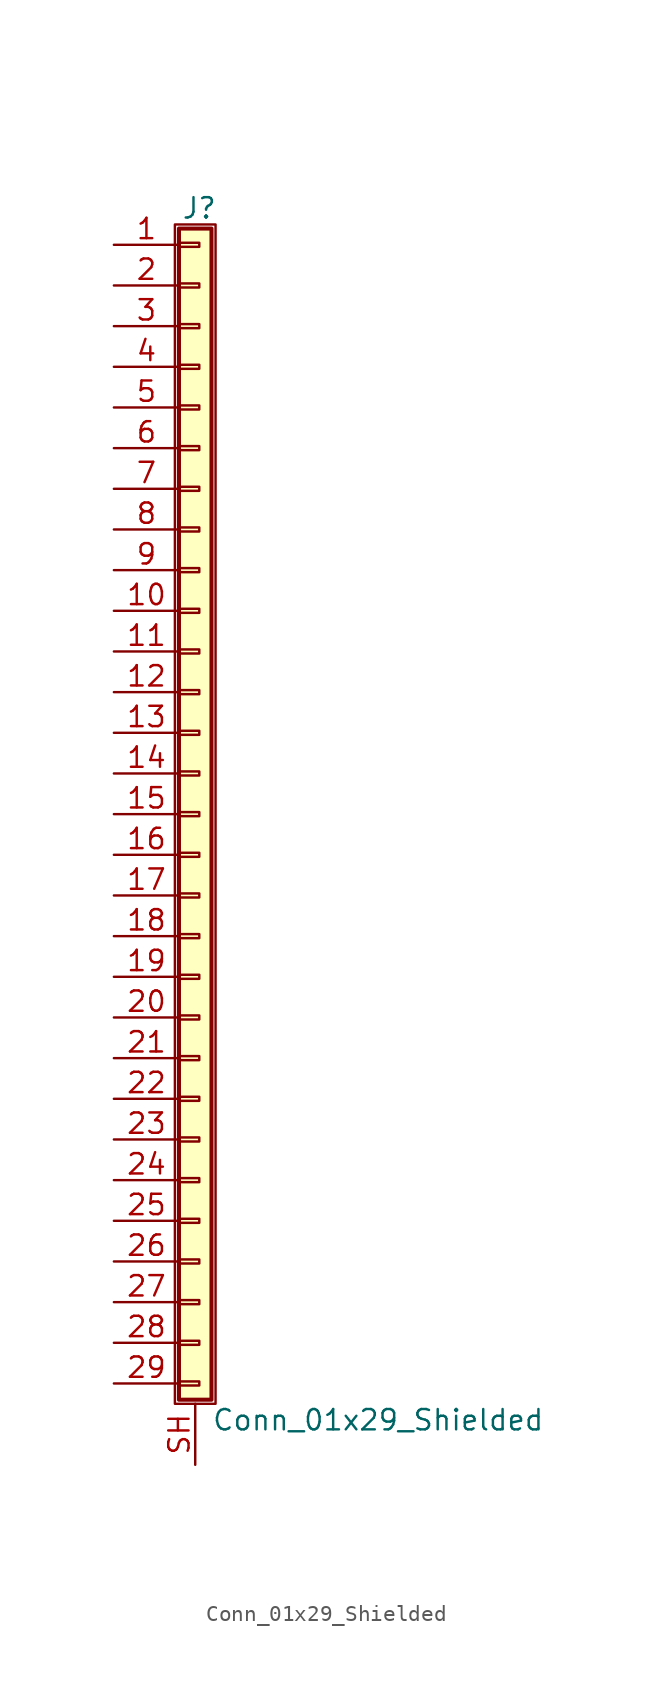
<source format=kicad_sym>
(kicad_symbol_lib
  (version 20211014)
  (generator kicad_symbol_editor)
  (symbol "Conn_01x29_Shielded"
    (pin_names
      (offset 1.016) hide)
    (property "Reference" "J"
      (at 0.254 37.846 0)
      (effects (font (size 1.27 1.27))))
    (property "Value" "Conn_01x29_Shielded"
      (at 1.016 -37.846 0)
      (effects (font (size 1.27 1.27)) (justify left)))
    (symbol "Conn_01x29_Shielded_1_1"
      (rectangle (start -1.27 36.83) (end 1.27 -36.83) (stroke (width 0.152) (type default) (color 0 0 0 0)) (fill (type none)))
      (rectangle (start -1.016 -35.433) (end 0.254 -35.687) (stroke (width 0.152) (type default) (color 0 0 0 0)) (fill (type none)))
      (rectangle (start -1.016 -32.893) (end 0.254 -33.147) (stroke (width 0.152) (type default) (color 0 0 0 0)) (fill (type none)))
      (rectangle (start -1.016 -30.353) (end 0.254 -30.607) (stroke (width 0.152) (type default) (color 0 0 0 0)) (fill (type none)))
      (rectangle (start -1.016 -27.813) (end 0.254 -28.067) (stroke (width 0.152) (type default) (color 0 0 0 0)) (fill (type none)))
      (rectangle (start -1.016 -25.273) (end 0.254 -25.527) (stroke (width 0.152) (type default) (color 0 0 0 0)) (fill (type none)))
      (rectangle (start -1.016 -22.733) (end 0.254 -22.987) (stroke (width 0.152) (type default) (color 0 0 0 0)) (fill (type none)))
      (rectangle (start -1.016 -20.193) (end 0.254 -20.447) (stroke (width 0.152) (type default) (color 0 0 0 0)) (fill (type none)))
      (rectangle (start -1.016 -17.653) (end 0.254 -17.907) (stroke (width 0.152) (type default) (color 0 0 0 0)) (fill (type none)))
      (rectangle (start -1.016 -15.113) (end 0.254 -15.367) (stroke (width 0.152) (type default) (color 0 0 0 0)) (fill (type none)))
      (rectangle (start -1.016 -12.573) (end 0.254 -12.827) (stroke (width 0.152) (type default) (color 0 0 0 0)) (fill (type none)))
      (rectangle (start -1.016 -10.033) (end 0.254 -10.287) (stroke (width 0.152) (type default) (color 0 0 0 0)) (fill (type none)))
      (rectangle (start -1.016 -7.493) (end 0.254 -7.747) (stroke (width 0.152) (type default) (color 0 0 0 0)) (fill (type none)))
      (rectangle (start -1.016 -4.953) (end 0.254 -5.207) (stroke (width 0.152) (type default) (color 0 0 0 0)) (fill (type none)))
      (rectangle (start -1.016 -2.413) (end 0.254 -2.667) (stroke (width 0.152) (type default) (color 0 0 0 0)) (fill (type none)))
      (rectangle (start -1.016 0.127) (end 0.254 -0.127) (stroke (width 0.152) (type default) (color 0 0 0 0)) (fill (type none)))
      (rectangle (start -1.016 2.667) (end 0.254 2.413) (stroke (width 0.152) (type default) (color 0 0 0 0)) (fill (type none)))
      (rectangle (start -1.016 5.207) (end 0.254 4.953) (stroke (width 0.152) (type default) (color 0 0 0 0)) (fill (type none)))
      (rectangle (start -1.016 7.747) (end 0.254 7.493) (stroke (width 0.152) (type default) (color 0 0 0 0)) (fill (type none)))
      (rectangle (start -1.016 10.287) (end 0.254 10.033) (stroke (width 0.152) (type default) (color 0 0 0 0)) (fill (type none)))
      (rectangle (start -1.016 12.827) (end 0.254 12.573) (stroke (width 0.152) (type default) (color 0 0 0 0)) (fill (type none)))
      (rectangle (start -1.016 15.367) (end 0.254 15.113) (stroke (width 0.152) (type default) (color 0 0 0 0)) (fill (type none)))
      (rectangle (start -1.016 17.907) (end 0.254 17.653) (stroke (width 0.152) (type default) (color 0 0 0 0)) (fill (type none)))
      (rectangle (start -1.016 20.447) (end 0.254 20.193) (stroke (width 0.152) (type default) (color 0 0 0 0)) (fill (type none)))
      (rectangle (start -1.016 22.987) (end 0.254 22.733) (stroke (width 0.152) (type default) (color 0 0 0 0)) (fill (type none)))
      (rectangle (start -1.016 25.527) (end 0.254 25.273) (stroke (width 0.152) (type default) (color 0 0 0 0)) (fill (type none)))
      (rectangle (start -1.016 28.067) (end 0.254 27.813) (stroke (width 0.152) (type default) (color 0 0 0 0)) (fill (type none)))
      (rectangle (start -1.016 30.607) (end 0.254 30.353) (stroke (width 0.152) (type default) (color 0 0 0 0)) (fill (type none)))
      (rectangle (start -1.016 33.147) (end 0.254 32.893) (stroke (width 0.152) (type default) (color 0 0 0 0)) (fill (type none)))
      (rectangle (start -1.016 35.687) (end 0.254 35.433) (stroke (width 0.152) (type default) (color 0 0 0 0)) (fill (type none)))
      (rectangle (start -1.016 36.576) (end 1.016 -36.576) (stroke (width 0.254) (type default) (color 0 0 0 0)) (fill (type background)))
      (pin passive line (at -5.08 35.56 0) (length 4.064) (name "Pin_1" (effects (font (size 1.27 1.27)))) (number "1" (effects (font (size 1.27 1.27)))))
      (pin passive line (at -5.08 12.7 0) (length 4.064) (name "Pin_10" (effects (font (size 1.27 1.27)))) (number "10" (effects (font (size 1.27 1.27)))))
      (pin passive line (at -5.08 10.16 0) (length 4.064) (name "Pin_11" (effects (font (size 1.27 1.27)))) (number "11" (effects (font (size 1.27 1.27)))))
      (pin passive line (at -5.08 7.62 0) (length 4.064) (name "Pin_12" (effects (font (size 1.27 1.27)))) (number "12" (effects (font (size 1.27 1.27)))))
      (pin passive line (at -5.08 5.08 0) (length 4.064) (name "Pin_13" (effects (font (size 1.27 1.27)))) (number "13" (effects (font (size 1.27 1.27)))))
      (pin passive line (at -5.08 2.54 0) (length 4.064) (name "Pin_14" (effects (font (size 1.27 1.27)))) (number "14" (effects (font (size 1.27 1.27)))))
      (pin passive line (at -5.08 0 0) (length 4.064) (name "Pin_15" (effects (font (size 1.27 1.27)))) (number "15" (effects (font (size 1.27 1.27)))))
      (pin passive line (at -5.08 -2.54 0) (length 4.064) (name "Pin_16" (effects (font (size 1.27 1.27)))) (number "16" (effects (font (size 1.27 1.27)))))
      (pin passive line (at -5.08 -5.08 0) (length 4.064) (name "Pin_17" (effects (font (size 1.27 1.27)))) (number "17" (effects (font (size 1.27 1.27)))))
      (pin passive line (at -5.08 -7.62 0) (length 4.064) (name "Pin_18" (effects (font (size 1.27 1.27)))) (number "18" (effects (font (size 1.27 1.27)))))
      (pin passive line (at -5.08 -10.16 0) (length 4.064) (name "Pin_19" (effects (font (size 1.27 1.27)))) (number "19" (effects (font (size 1.27 1.27)))))
      (pin passive line (at -5.08 33.02 0) (length 4.064) (name "Pin_2" (effects (font (size 1.27 1.27)))) (number "2" (effects (font (size 1.27 1.27)))))
      (pin passive line (at -5.08 -12.7 0) (length 4.064) (name "Pin_20" (effects (font (size 1.27 1.27)))) (number "20" (effects (font (size 1.27 1.27)))))
      (pin passive line (at -5.08 -15.24 0) (length 4.064) (name "Pin_21" (effects (font (size 1.27 1.27)))) (number "21" (effects (font (size 1.27 1.27)))))
      (pin passive line (at -5.08 -17.78 0) (length 4.064) (name "Pin_22" (effects (font (size 1.27 1.27)))) (number "22" (effects (font (size 1.27 1.27)))))
      (pin passive line (at -5.08 -20.32 0) (length 4.064) (name "Pin_23" (effects (font (size 1.27 1.27)))) (number "23" (effects (font (size 1.27 1.27)))))
      (pin passive line (at -5.08 -22.86 0) (length 4.064) (name "Pin_24" (effects (font (size 1.27 1.27)))) (number "24" (effects (font (size 1.27 1.27)))))
      (pin passive line (at -5.08 -25.4 0) (length 4.064) (name "Pin_25" (effects (font (size 1.27 1.27)))) (number "25" (effects (font (size 1.27 1.27)))))
      (pin passive line (at -5.08 -27.94 0) (length 4.064) (name "Pin_26" (effects (font (size 1.27 1.27)))) (number "26" (effects (font (size 1.27 1.27)))))
      (pin passive line (at -5.08 -30.48 0) (length 4.064) (name "Pin_27" (effects (font (size 1.27 1.27)))) (number "27" (effects (font (size 1.27 1.27)))))
      (pin passive line (at -5.08 -33.02 0) (length 4.064) (name "Pin_28" (effects (font (size 1.27 1.27)))) (number "28" (effects (font (size 1.27 1.27)))))
      (pin passive line (at -5.08 -35.56 0) (length 4.064) (name "Pin_29" (effects (font (size 1.27 1.27)))) (number "29" (effects (font (size 1.27 1.27)))))
      (pin passive line (at -5.08 30.48 0) (length 4.064) (name "Pin_3" (effects (font (size 1.27 1.27)))) (number "3" (effects (font (size 1.27 1.27)))))
      (pin passive line (at -5.08 27.94 0) (length 4.064) (name "Pin_4" (effects (font (size 1.27 1.27)))) (number "4" (effects (font (size 1.27 1.27)))))
      (pin passive line (at -5.08 25.4 0) (length 4.064) (name "Pin_5" (effects (font (size 1.27 1.27)))) (number "5" (effects (font (size 1.27 1.27)))))
      (pin passive line (at -5.08 22.86 0) (length 4.064) (name "Pin_6" (effects (font (size 1.27 1.27)))) (number "6" (effects (font (size 1.27 1.27)))))
      (pin passive line (at -5.08 20.32 0) (length 4.064) (name "Pin_7" (effects (font (size 1.27 1.27)))) (number "7" (effects (font (size 1.27 1.27)))))
      (pin passive line (at -5.08 17.78 0) (length 4.064) (name "Pin_8" (effects (font (size 1.27 1.27)))) (number "8" (effects (font (size 1.27 1.27)))))
      (pin passive line (at -5.08 15.24 0) (length 4.064) (name "Pin_9" (effects (font (size 1.27 1.27)))) (number "9" (effects (font (size 1.27 1.27)))))
      (pin passive line (at 0 -40.64 90) (length 3.81) (name "Shield" (effects (font (size 1.27 1.27)))) (number "SH" (effects (font (size 1.27 1.27))))))))
</source>
